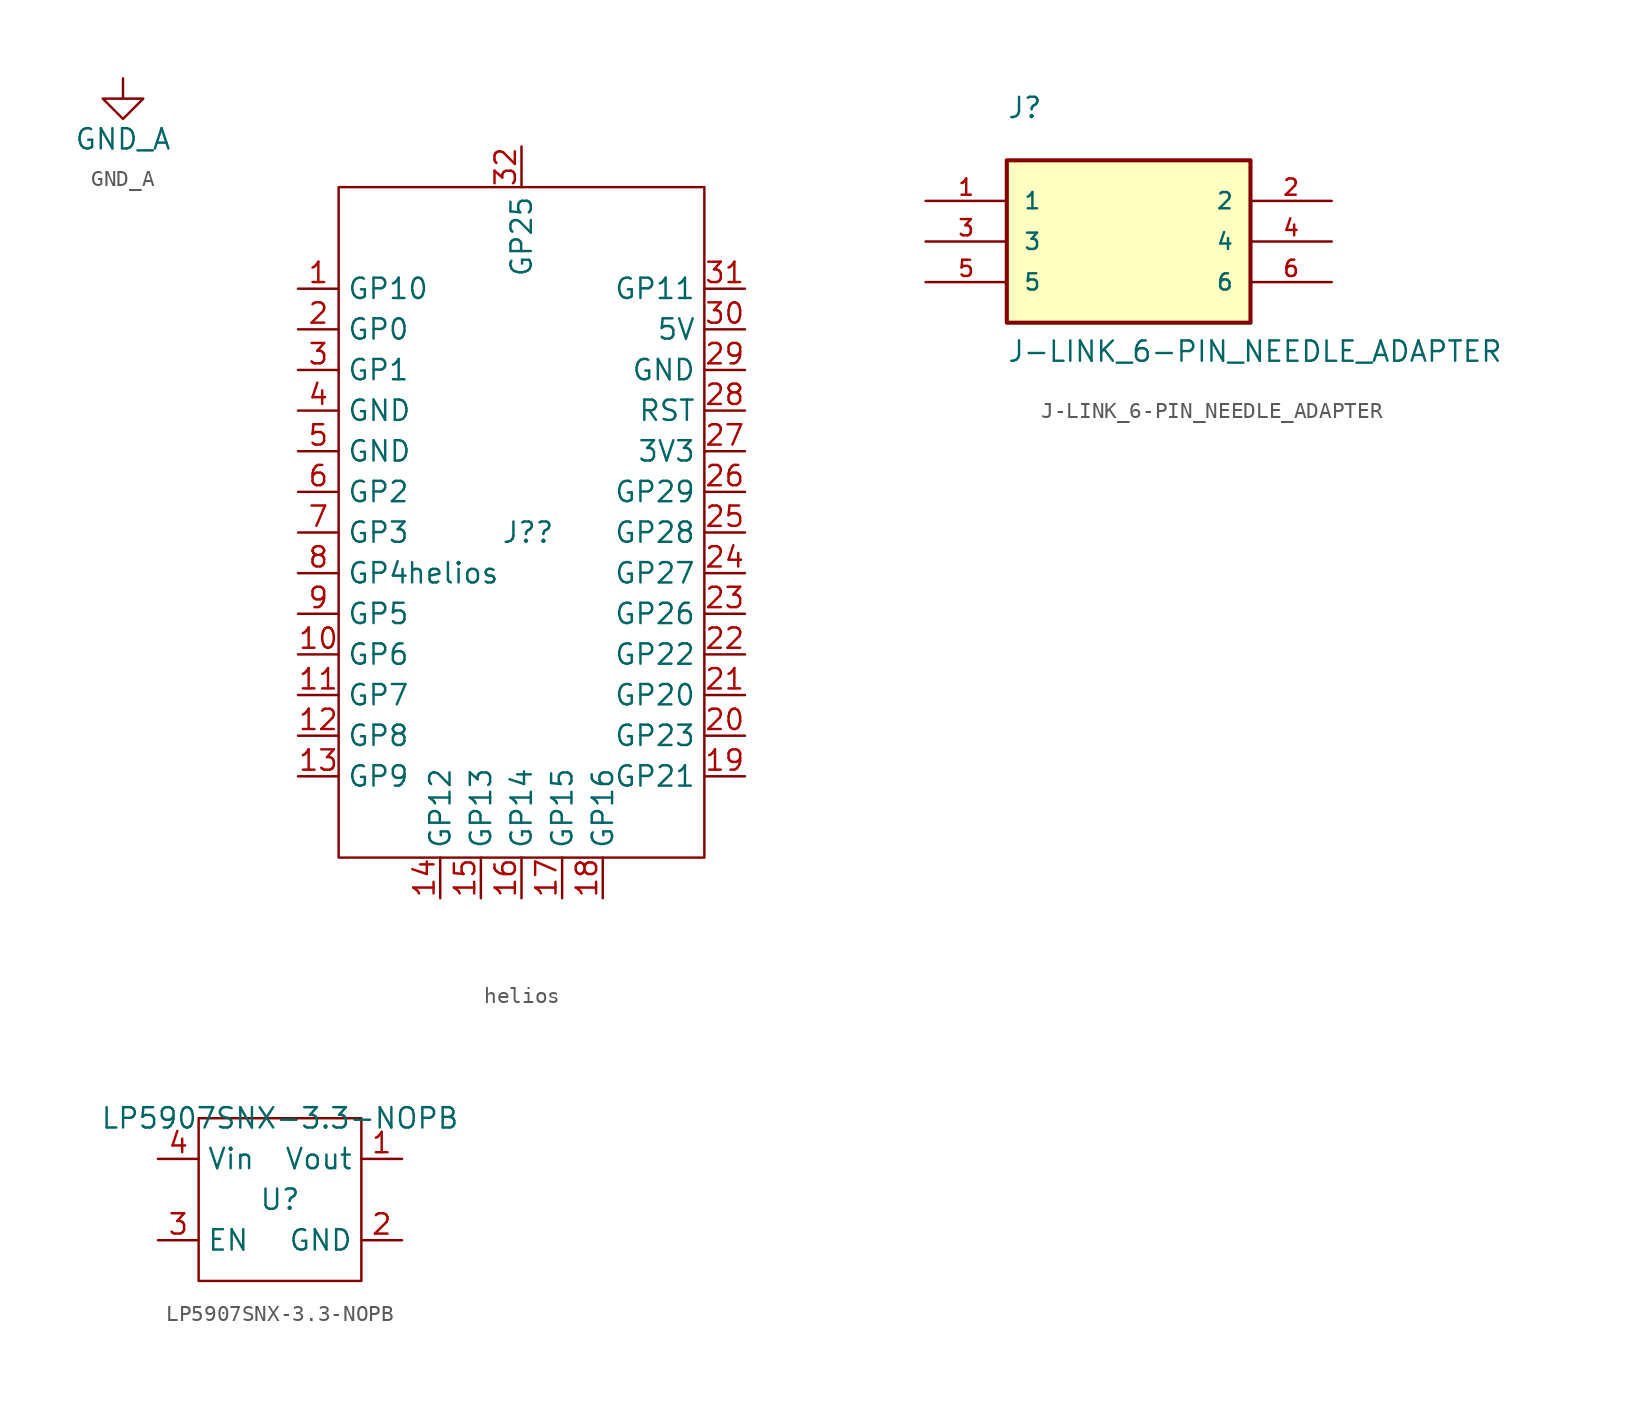
<source format=kicad_sym>
(kicad_symbol_lib
  (version 20211014)
  (generator kicad_symbol_editor)
  (symbol "GND_A"
    (power)
    (pin_names
      (offset 0))
    (property "Reference" "#PWR"
      (at 0 -6.35 0)
      (effects (font (size 1.27 1.27)) hide))
    (property "Value" "GND_A"
      (at 0 -3.81 0)
      (effects (font (size 1.27 1.27))))
    (symbol "GND_A_0_1"
      (polyline (pts (xy 0 0) (xy 0 -1.27) (xy 1.27 -1.27) (xy 0 -2.54) (xy -1.27 -1.27) (xy 0 -1.27)) (stroke (width 0) (type default) (color 0 0 0 0)) (fill (type none))))
    (symbol "GND_A_1_1"
      (pin power_in line (at 0 0 270) (length 0) hide (name "GND_A" (effects (font (size 1.27 1.27)))) (number "1" (effects (font (size 1.27 1.27)))))))
  (symbol "helios"
    (property "Reference" "J?"
      (at -1.27 0 0)
      (effects (font (size 1.27 1.27)) (justify left)))
    (property "Value" "helios"
      (at -7.239 -2.54 0)
      (effects (font (size 1.27 1.27)) (justify left)))
    (symbol "helios_0_1"
      (rectangle (start -11.43 21.59) (end 11.43 -20.32) (stroke (width 0.152) (type default) (color 0 0 0 0)) (fill (type none))))
    (symbol "helios_1_1"
      (pin bidirectional line (at -13.97 15.24 0) (length 2.54) (name "GP10" (effects (font (size 1.27 1.27)))) (number "1" (effects (font (size 1.27 1.27)))))
      (pin bidirectional line (at -13.97 -7.62 0) (length 2.54) (name "GP6" (effects (font (size 1.27 1.27)))) (number "10" (effects (font (size 1.27 1.27)))))
      (pin bidirectional line (at -13.97 -10.16 0) (length 2.54) (name "GP7" (effects (font (size 1.27 1.27)))) (number "11" (effects (font (size 1.27 1.27)))))
      (pin bidirectional line (at -13.97 -12.7 0) (length 2.54) (name "GP8" (effects (font (size 1.27 1.27)))) (number "12" (effects (font (size 1.27 1.27)))))
      (pin bidirectional line (at -13.97 -15.24 0) (length 2.54) (name "GP9" (effects (font (size 1.27 1.27)))) (number "13" (effects (font (size 1.27 1.27)))))
      (pin bidirectional line (at -5.08 -22.86 90) (length 2.54) (name "GP12" (effects (font (size 1.27 1.27)))) (number "14" (effects (font (size 1.27 1.27)))))
      (pin bidirectional line (at -2.54 -22.86 90) (length 2.54) (name "GP13" (effects (font (size 1.27 1.27)))) (number "15" (effects (font (size 1.27 1.27)))))
      (pin bidirectional line (at 0 -22.86 90) (length 2.54) (name "GP14" (effects (font (size 1.27 1.27)))) (number "16" (effects (font (size 1.27 1.27)))))
      (pin bidirectional line (at 2.54 -22.86 90) (length 2.54) (name "GP15" (effects (font (size 1.27 1.27)))) (number "17" (effects (font (size 1.27 1.27)))))
      (pin bidirectional line (at 5.08 -22.86 90) (length 2.54) (name "GP16" (effects (font (size 1.27 1.27)))) (number "18" (effects (font (size 1.27 1.27)))))
      (pin bidirectional line (at 13.97 -15.24 180) (length 2.54) (name "GP21" (effects (font (size 1.27 1.27)))) (number "19" (effects (font (size 1.27 1.27)))))
      (pin bidirectional line (at -13.97 12.7 0) (length 2.54) (name "GP0" (effects (font (size 1.27 1.27)))) (number "2" (effects (font (size 1.27 1.27)))))
      (pin bidirectional line (at 13.97 -12.7 180) (length 2.54) (name "GP23" (effects (font (size 1.27 1.27)))) (number "20" (effects (font (size 1.27 1.27)))))
      (pin bidirectional line (at 13.97 -10.16 180) (length 2.54) (name "GP20" (effects (font (size 1.27 1.27)))) (number "21" (effects (font (size 1.27 1.27)))))
      (pin bidirectional line (at 13.97 -7.62 180) (length 2.54) (name "GP22" (effects (font (size 1.27 1.27)))) (number "22" (effects (font (size 1.27 1.27)))))
      (pin bidirectional line (at 13.97 -5.08 180) (length 2.54) (name "GP26" (effects (font (size 1.27 1.27)))) (number "23" (effects (font (size 1.27 1.27)))))
      (pin bidirectional line (at 13.97 -2.54 180) (length 2.54) (name "GP27" (effects (font (size 1.27 1.27)))) (number "24" (effects (font (size 1.27 1.27)))))
      (pin bidirectional line (at 13.97 0 180) (length 2.54) (name "GP28" (effects (font (size 1.27 1.27)))) (number "25" (effects (font (size 1.27 1.27)))))
      (pin bidirectional line (at 13.97 2.54 180) (length 2.54) (name "GP29" (effects (font (size 1.27 1.27)))) (number "26" (effects (font (size 1.27 1.27)))))
      (pin power_in line (at 13.97 5.08 180) (length 2.54) (name "3V3" (effects (font (size 1.27 1.27)))) (number "27" (effects (font (size 1.27 1.27)))))
      (pin bidirectional line (at 13.97 7.62 180) (length 2.54) (name "RST" (effects (font (size 1.27 1.27)))) (number "28" (effects (font (size 1.27 1.27)))))
      (pin power_in line (at 13.97 10.16 180) (length 2.54) (name "GND" (effects (font (size 1.27 1.27)))) (number "29" (effects (font (size 1.27 1.27)))))
      (pin bidirectional line (at -13.97 10.16 0) (length 2.54) (name "GP1" (effects (font (size 1.27 1.27)))) (number "3" (effects (font (size 1.27 1.27)))))
      (pin power_in line (at 13.97 12.7 180) (length 2.54) (name "5V" (effects (font (size 1.27 1.27)))) (number "30" (effects (font (size 1.27 1.27)))))
      (pin bidirectional line (at 13.97 15.24 180) (length 2.54) (name "GP11" (effects (font (size 1.27 1.27)))) (number "31" (effects (font (size 1.27 1.27)))))
      (pin bidirectional line (at 0 24.13 270) (length 2.54) (name "GP25" (effects (font (size 1.27 1.27)))) (number "32" (effects (font (size 1.27 1.27)))))
      (pin power_in line (at -13.97 7.62 0) (length 2.54) (name "GND" (effects (font (size 1.27 1.27)))) (number "4" (effects (font (size 1.27 1.27)))))
      (pin power_in line (at -13.97 5.08 0) (length 2.54) (name "GND" (effects (font (size 1.27 1.27)))) (number "5" (effects (font (size 1.27 1.27)))))
      (pin bidirectional line (at -13.97 2.54 0) (length 2.54) (name "GP2" (effects (font (size 1.27 1.27)))) (number "6" (effects (font (size 1.27 1.27)))))
      (pin bidirectional line (at -13.97 0 0) (length 2.54) (name "GP3" (effects (font (size 1.27 1.27)))) (number "7" (effects (font (size 1.27 1.27)))))
      (pin bidirectional line (at -13.97 -2.54 0) (length 2.54) (name "GP4" (effects (font (size 1.27 1.27)))) (number "8" (effects (font (size 1.27 1.27)))))
      (pin bidirectional line (at -13.97 -5.08 0) (length 2.54) (name "GP5" (effects (font (size 1.27 1.27)))) (number "9" (effects (font (size 1.27 1.27)))))))
  (symbol "J-LINK_6-PIN_NEEDLE_ADAPTER"
    (pin_names
      (offset 1.016))
    (property "Reference" "J"
      (at -7.62 7.62 0)
      (effects (font (size 1.27 1.27)) (justify left bottom)))
    (property "Value" "J-LINK_6-PIN_NEEDLE_ADAPTER"
      (at -7.62 -7.62 0)
      (effects (font (size 1.27 1.27)) (justify left bottom)))
    (symbol "J-LINK_6-PIN_NEEDLE_ADAPTER_0_0"
      (rectangle (start -7.62 -5.08) (end 7.62 5.08) (stroke (width 0.254) (type default) (color 0 0 0 0)) (fill (type background)))
      (pin passive line (at -12.7 2.54 0) (length 5.08) (name "1" (effects (font (size 1.016 1.016)))) (number "1" (effects (font (size 1.016 1.016)))))
      (pin passive line (at 12.7 2.54 180) (length 5.08) (name "2" (effects (font (size 1.016 1.016)))) (number "2" (effects (font (size 1.016 1.016)))))
      (pin passive line (at -12.7 0 0) (length 5.08) (name "3" (effects (font (size 1.016 1.016)))) (number "3" (effects (font (size 1.016 1.016)))))
      (pin passive line (at 12.7 0 180) (length 5.08) (name "4" (effects (font (size 1.016 1.016)))) (number "4" (effects (font (size 1.016 1.016)))))
      (pin passive line (at -12.7 -2.54 0) (length 5.08) (name "5" (effects (font (size 1.016 1.016)))) (number "5" (effects (font (size 1.016 1.016)))))
      (pin passive line (at 12.7 -2.54 180) (length 5.08) (name "6" (effects (font (size 1.016 1.016)))) (number "6" (effects (font (size 1.016 1.016)))))))
  (symbol "LP5907SNX-3.3-NOPB"
    (property "Reference" "U"
      (at 0 0 0)
      (effects (font (size 1.27 1.27))))
    (property "Value" "LP5907SNX-3.3-NOPB"
      (at 0 5.08 0)
      (effects (font (size 1.27 1.27))))
    (symbol "LP5907SNX-3.3-NOPB_0_1"
      (rectangle (start -5.08 5.08) (end 5.08 -5.08) (stroke (width 0) (type default) (color 0 0 0 0)) (fill (type none))))
    (symbol "LP5907SNX-3.3-NOPB_1_1"
      (pin power_out line (at 7.62 2.54 180) (length 2.54) (name "Vout" (effects (font (size 1.27 1.27)))) (number "1" (effects (font (size 1.27 1.27)))))
      (pin power_in line (at 7.62 -2.54 180) (length 2.54) (name "GND" (effects (font (size 1.27 1.27)))) (number "2" (effects (font (size 1.27 1.27)))))
      (pin input line (at -7.62 -2.54 0) (length 2.54) (name "EN" (effects (font (size 1.27 1.27)))) (number "3" (effects (font (size 1.27 1.27)))))
      (pin power_in line (at -7.62 2.54 0) (length 2.54) (name "Vin" (effects (font (size 1.27 1.27)))) (number "4" (effects (font (size 1.27 1.27)))))
      (pin power_in line (at 7.62 -2.54 180) (length 2.54) hide (name "TP" (effects (font (size 1.27 1.27)))) (number "5" (effects (font (size 1.27 1.27))))))))
</source>
